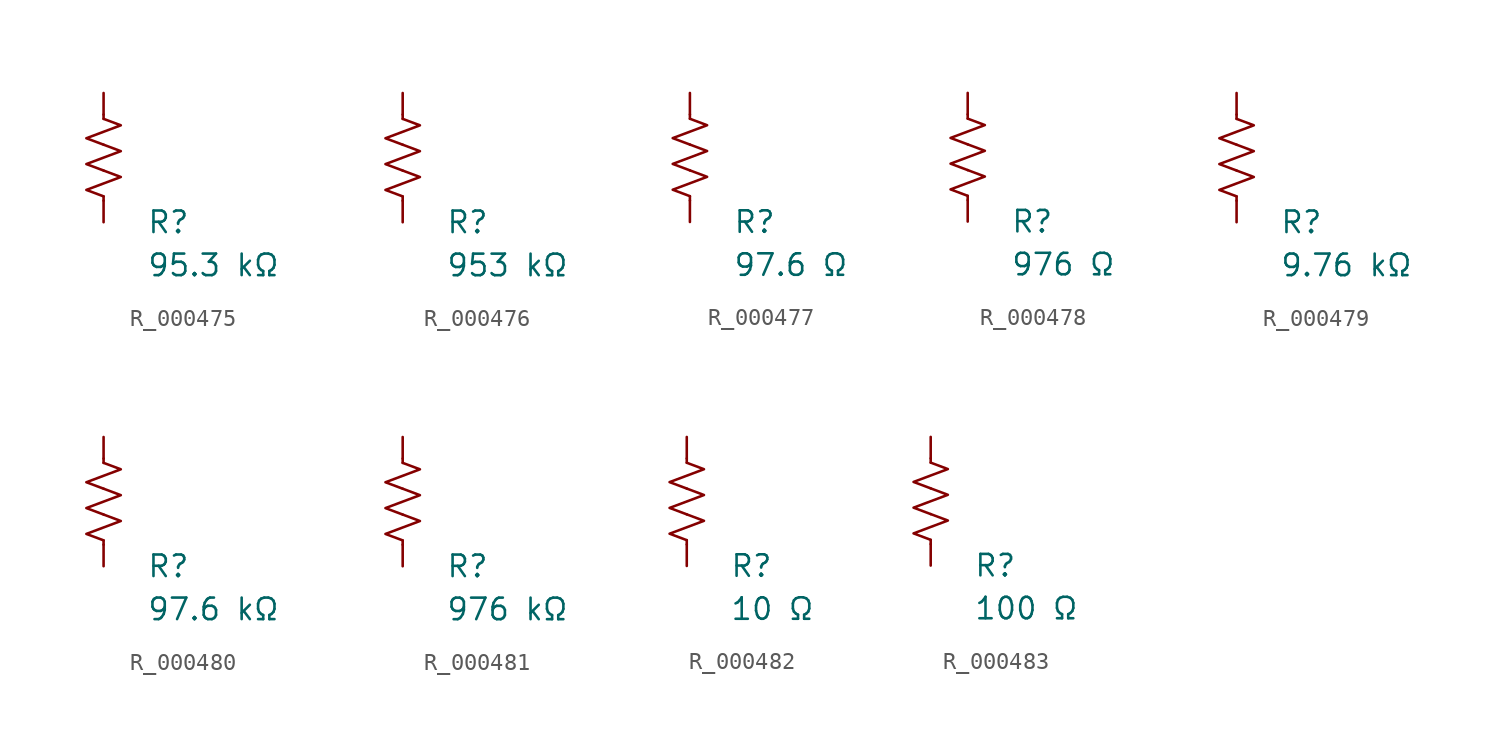
<source format=kicad_sym>
(kicad_symbol_lib
  (version 20231120)
  (generator "kicad_symbol_editor")
  (generator_version "8.0")
  (symbol "R_000475"
    (pin_numbers hide)
    (pin_names
      (offset 0))
    (property "Reference" "R"
      (at 2.54 -3.81 0)
      (effects (font (size 1.27 1.27)) (justify left))
      (show_name no))
    (property "Value" "95.3 kΩ"
      (at 2.54 -6.35 0)
      (effects (font (size 1.27 1.27)) (justify left))
      (show_name no))
    (symbol "R_000475_0_1"
      (polyline (pts (xy 0 -2.286) (xy 0 -2.54)) (stroke (width 0) (type default)) (fill (type none)))
      (polyline (pts (xy 0 2.286) (xy 0 2.54)) (stroke (width 0) (type default)) (fill (type none)))
      (polyline (pts (xy 0 -0.762) (xy 1.016 -1.143) (xy 0 -1.524) (xy -1.016 -1.905) (xy 0 -2.286)) (stroke (width 0) (type default)) (fill (type none)))
      (polyline (pts (xy 0 0.762) (xy 1.016 0.381) (xy 0 0) (xy -1.016 -0.381) (xy 0 -0.762)) (stroke (width 0) (type default)) (fill (type none)))
      (polyline (pts (xy 0 2.286) (xy 1.016 1.905) (xy 0 1.524) (xy -1.016 1.143) (xy 0 0.762)) (stroke (width 0) (type default)) (fill (type none))))
    (symbol "R_000475_1_1"
      (pin passive line (at 0 3.81 270) (length 1.27) (name "~" (effects (font (size 1.27 1.27)))) (number "1" (effects (font (size 1.27 1.27)))))
      (pin passive line (at 0 -3.81 90) (length 1.27) (name "~" (effects (font (size 1.27 1.27)))) (number "2" (effects (font (size 1.27 1.27)))))))
  (symbol "R_000476"
    (pin_numbers hide)
    (pin_names
      (offset 0))
    (property "Reference" "R"
      (at 2.54 -3.81 0)
      (effects (font (size 1.27 1.27)) (justify left))
      (show_name no))
    (property "Value" "953 kΩ"
      (at 2.54 -6.35 0)
      (effects (font (size 1.27 1.27)) (justify left))
      (show_name no))
    (symbol "R_000476_0_1"
      (polyline (pts (xy 0 -2.286) (xy 0 -2.54)) (stroke (width 0) (type default)) (fill (type none)))
      (polyline (pts (xy 0 2.286) (xy 0 2.54)) (stroke (width 0) (type default)) (fill (type none)))
      (polyline (pts (xy 0 -0.762) (xy 1.016 -1.143) (xy 0 -1.524) (xy -1.016 -1.905) (xy 0 -2.286)) (stroke (width 0) (type default)) (fill (type none)))
      (polyline (pts (xy 0 0.762) (xy 1.016 0.381) (xy 0 0) (xy -1.016 -0.381) (xy 0 -0.762)) (stroke (width 0) (type default)) (fill (type none)))
      (polyline (pts (xy 0 2.286) (xy 1.016 1.905) (xy 0 1.524) (xy -1.016 1.143) (xy 0 0.762)) (stroke (width 0) (type default)) (fill (type none))))
    (symbol "R_000476_1_1"
      (pin passive line (at 0 3.81 270) (length 1.27) (name "~" (effects (font (size 1.27 1.27)))) (number "1" (effects (font (size 1.27 1.27)))))
      (pin passive line (at 0 -3.81 90) (length 1.27) (name "~" (effects (font (size 1.27 1.27)))) (number "2" (effects (font (size 1.27 1.27)))))))
  (symbol "R_000477"
    (pin_numbers hide)
    (pin_names
      (offset 0))
    (property "Reference" "R"
      (at 2.54 -3.81 0)
      (effects (font (size 1.27 1.27)) (justify left))
      (show_name no))
    (property "Value" "97.6 Ω"
      (at 2.54 -6.35 0)
      (effects (font (size 1.27 1.27)) (justify left))
      (show_name no))
    (symbol "R_000477_0_1"
      (polyline (pts (xy 0 -2.286) (xy 0 -2.54)) (stroke (width 0) (type default)) (fill (type none)))
      (polyline (pts (xy 0 2.286) (xy 0 2.54)) (stroke (width 0) (type default)) (fill (type none)))
      (polyline (pts (xy 0 -0.762) (xy 1.016 -1.143) (xy 0 -1.524) (xy -1.016 -1.905) (xy 0 -2.286)) (stroke (width 0) (type default)) (fill (type none)))
      (polyline (pts (xy 0 0.762) (xy 1.016 0.381) (xy 0 0) (xy -1.016 -0.381) (xy 0 -0.762)) (stroke (width 0) (type default)) (fill (type none)))
      (polyline (pts (xy 0 2.286) (xy 1.016 1.905) (xy 0 1.524) (xy -1.016 1.143) (xy 0 0.762)) (stroke (width 0) (type default)) (fill (type none))))
    (symbol "R_000477_1_1"
      (pin passive line (at 0 3.81 270) (length 1.27) (name "~" (effects (font (size 1.27 1.27)))) (number "1" (effects (font (size 1.27 1.27)))))
      (pin passive line (at 0 -3.81 90) (length 1.27) (name "~" (effects (font (size 1.27 1.27)))) (number "2" (effects (font (size 1.27 1.27)))))))
  (symbol "R_000478"
    (pin_numbers hide)
    (pin_names
      (offset 0))
    (property "Reference" "R"
      (at 2.54 -3.81 0)
      (effects (font (size 1.27 1.27)) (justify left))
      (show_name no))
    (property "Value" "976 Ω"
      (at 2.54 -6.35 0)
      (effects (font (size 1.27 1.27)) (justify left))
      (show_name no))
    (symbol "R_000478_0_1"
      (polyline (pts (xy 0 -2.286) (xy 0 -2.54)) (stroke (width 0) (type default)) (fill (type none)))
      (polyline (pts (xy 0 2.286) (xy 0 2.54)) (stroke (width 0) (type default)) (fill (type none)))
      (polyline (pts (xy 0 -0.762) (xy 1.016 -1.143) (xy 0 -1.524) (xy -1.016 -1.905) (xy 0 -2.286)) (stroke (width 0) (type default)) (fill (type none)))
      (polyline (pts (xy 0 0.762) (xy 1.016 0.381) (xy 0 0) (xy -1.016 -0.381) (xy 0 -0.762)) (stroke (width 0) (type default)) (fill (type none)))
      (polyline (pts (xy 0 2.286) (xy 1.016 1.905) (xy 0 1.524) (xy -1.016 1.143) (xy 0 0.762)) (stroke (width 0) (type default)) (fill (type none))))
    (symbol "R_000478_1_1"
      (pin passive line (at 0 3.81 270) (length 1.27) (name "~" (effects (font (size 1.27 1.27)))) (number "1" (effects (font (size 1.27 1.27)))))
      (pin passive line (at 0 -3.81 90) (length 1.27) (name "~" (effects (font (size 1.27 1.27)))) (number "2" (effects (font (size 1.27 1.27)))))))
  (symbol "R_000479"
    (pin_numbers hide)
    (pin_names
      (offset 0))
    (property "Reference" "R"
      (at 2.54 -3.81 0)
      (effects (font (size 1.27 1.27)) (justify left))
      (show_name no))
    (property "Value" "9.76 kΩ"
      (at 2.54 -6.35 0)
      (effects (font (size 1.27 1.27)) (justify left))
      (show_name no))
    (symbol "R_000479_0_1"
      (polyline (pts (xy 0 -2.286) (xy 0 -2.54)) (stroke (width 0) (type default)) (fill (type none)))
      (polyline (pts (xy 0 2.286) (xy 0 2.54)) (stroke (width 0) (type default)) (fill (type none)))
      (polyline (pts (xy 0 -0.762) (xy 1.016 -1.143) (xy 0 -1.524) (xy -1.016 -1.905) (xy 0 -2.286)) (stroke (width 0) (type default)) (fill (type none)))
      (polyline (pts (xy 0 0.762) (xy 1.016 0.381) (xy 0 0) (xy -1.016 -0.381) (xy 0 -0.762)) (stroke (width 0) (type default)) (fill (type none)))
      (polyline (pts (xy 0 2.286) (xy 1.016 1.905) (xy 0 1.524) (xy -1.016 1.143) (xy 0 0.762)) (stroke (width 0) (type default)) (fill (type none))))
    (symbol "R_000479_1_1"
      (pin passive line (at 0 3.81 270) (length 1.27) (name "~" (effects (font (size 1.27 1.27)))) (number "1" (effects (font (size 1.27 1.27)))))
      (pin passive line (at 0 -3.81 90) (length 1.27) (name "~" (effects (font (size 1.27 1.27)))) (number "2" (effects (font (size 1.27 1.27)))))))
  (symbol "R_000480"
    (pin_numbers hide)
    (pin_names
      (offset 0))
    (property "Reference" "R"
      (at 2.54 -3.81 0)
      (effects (font (size 1.27 1.27)) (justify left))
      (show_name no))
    (property "Value" "97.6 kΩ"
      (at 2.54 -6.35 0)
      (effects (font (size 1.27 1.27)) (justify left))
      (show_name no))
    (symbol "R_000480_0_1"
      (polyline (pts (xy 0 -2.286) (xy 0 -2.54)) (stroke (width 0) (type default)) (fill (type none)))
      (polyline (pts (xy 0 2.286) (xy 0 2.54)) (stroke (width 0) (type default)) (fill (type none)))
      (polyline (pts (xy 0 -0.762) (xy 1.016 -1.143) (xy 0 -1.524) (xy -1.016 -1.905) (xy 0 -2.286)) (stroke (width 0) (type default)) (fill (type none)))
      (polyline (pts (xy 0 0.762) (xy 1.016 0.381) (xy 0 0) (xy -1.016 -0.381) (xy 0 -0.762)) (stroke (width 0) (type default)) (fill (type none)))
      (polyline (pts (xy 0 2.286) (xy 1.016 1.905) (xy 0 1.524) (xy -1.016 1.143) (xy 0 0.762)) (stroke (width 0) (type default)) (fill (type none))))
    (symbol "R_000480_1_1"
      (pin passive line (at 0 3.81 270) (length 1.27) (name "~" (effects (font (size 1.27 1.27)))) (number "1" (effects (font (size 1.27 1.27)))))
      (pin passive line (at 0 -3.81 90) (length 1.27) (name "~" (effects (font (size 1.27 1.27)))) (number "2" (effects (font (size 1.27 1.27)))))))
  (symbol "R_000481"
    (pin_numbers hide)
    (pin_names
      (offset 0))
    (property "Reference" "R"
      (at 2.54 -3.81 0)
      (effects (font (size 1.27 1.27)) (justify left))
      (show_name no))
    (property "Value" "976 kΩ"
      (at 2.54 -6.35 0)
      (effects (font (size 1.27 1.27)) (justify left))
      (show_name no))
    (symbol "R_000481_0_1"
      (polyline (pts (xy 0 -2.286) (xy 0 -2.54)) (stroke (width 0) (type default)) (fill (type none)))
      (polyline (pts (xy 0 2.286) (xy 0 2.54)) (stroke (width 0) (type default)) (fill (type none)))
      (polyline (pts (xy 0 -0.762) (xy 1.016 -1.143) (xy 0 -1.524) (xy -1.016 -1.905) (xy 0 -2.286)) (stroke (width 0) (type default)) (fill (type none)))
      (polyline (pts (xy 0 0.762) (xy 1.016 0.381) (xy 0 0) (xy -1.016 -0.381) (xy 0 -0.762)) (stroke (width 0) (type default)) (fill (type none)))
      (polyline (pts (xy 0 2.286) (xy 1.016 1.905) (xy 0 1.524) (xy -1.016 1.143) (xy 0 0.762)) (stroke (width 0) (type default)) (fill (type none))))
    (symbol "R_000481_1_1"
      (pin passive line (at 0 3.81 270) (length 1.27) (name "~" (effects (font (size 1.27 1.27)))) (number "1" (effects (font (size 1.27 1.27)))))
      (pin passive line (at 0 -3.81 90) (length 1.27) (name "~" (effects (font (size 1.27 1.27)))) (number "2" (effects (font (size 1.27 1.27)))))))
  (symbol "R_000482"
    (pin_numbers hide)
    (pin_names
      (offset 0))
    (property "Reference" "R"
      (at 2.54 -3.81 0)
      (effects (font (size 1.27 1.27)) (justify left))
      (show_name no))
    (property "Value" "10 Ω"
      (at 2.54 -6.35 0)
      (effects (font (size 1.27 1.27)) (justify left))
      (show_name no))
    (symbol "R_000482_0_1"
      (polyline (pts (xy 0 -2.286) (xy 0 -2.54)) (stroke (width 0) (type default)) (fill (type none)))
      (polyline (pts (xy 0 2.286) (xy 0 2.54)) (stroke (width 0) (type default)) (fill (type none)))
      (polyline (pts (xy 0 -0.762) (xy 1.016 -1.143) (xy 0 -1.524) (xy -1.016 -1.905) (xy 0 -2.286)) (stroke (width 0) (type default)) (fill (type none)))
      (polyline (pts (xy 0 0.762) (xy 1.016 0.381) (xy 0 0) (xy -1.016 -0.381) (xy 0 -0.762)) (stroke (width 0) (type default)) (fill (type none)))
      (polyline (pts (xy 0 2.286) (xy 1.016 1.905) (xy 0 1.524) (xy -1.016 1.143) (xy 0 0.762)) (stroke (width 0) (type default)) (fill (type none))))
    (symbol "R_000482_1_1"
      (pin passive line (at 0 3.81 270) (length 1.27) (name "~" (effects (font (size 1.27 1.27)))) (number "1" (effects (font (size 1.27 1.27)))))
      (pin passive line (at 0 -3.81 90) (length 1.27) (name "~" (effects (font (size 1.27 1.27)))) (number "2" (effects (font (size 1.27 1.27)))))))
  (symbol "R_000483"
    (pin_numbers hide)
    (pin_names
      (offset 0))
    (property "Reference" "R"
      (at 2.54 -3.81 0)
      (effects (font (size 1.27 1.27)) (justify left))
      (show_name no))
    (property "Value" "100 Ω"
      (at 2.54 -6.35 0)
      (effects (font (size 1.27 1.27)) (justify left))
      (show_name no))
    (symbol "R_000483_0_1"
      (polyline (pts (xy 0 -2.286) (xy 0 -2.54)) (stroke (width 0) (type default)) (fill (type none)))
      (polyline (pts (xy 0 2.286) (xy 0 2.54)) (stroke (width 0) (type default)) (fill (type none)))
      (polyline (pts (xy 0 -0.762) (xy 1.016 -1.143) (xy 0 -1.524) (xy -1.016 -1.905) (xy 0 -2.286)) (stroke (width 0) (type default)) (fill (type none)))
      (polyline (pts (xy 0 0.762) (xy 1.016 0.381) (xy 0 0) (xy -1.016 -0.381) (xy 0 -0.762)) (stroke (width 0) (type default)) (fill (type none)))
      (polyline (pts (xy 0 2.286) (xy 1.016 1.905) (xy 0 1.524) (xy -1.016 1.143) (xy 0 0.762)) (stroke (width 0) (type default)) (fill (type none))))
    (symbol "R_000483_1_1"
      (pin passive line (at 0 3.81 270) (length 1.27) (name "~" (effects (font (size 1.27 1.27)))) (number "1" (effects (font (size 1.27 1.27)))))
      (pin passive line (at 0 -3.81 90) (length 1.27) (name "~" (effects (font (size 1.27 1.27)))) (number "2" (effects (font (size 1.27 1.27))))))))
</source>
